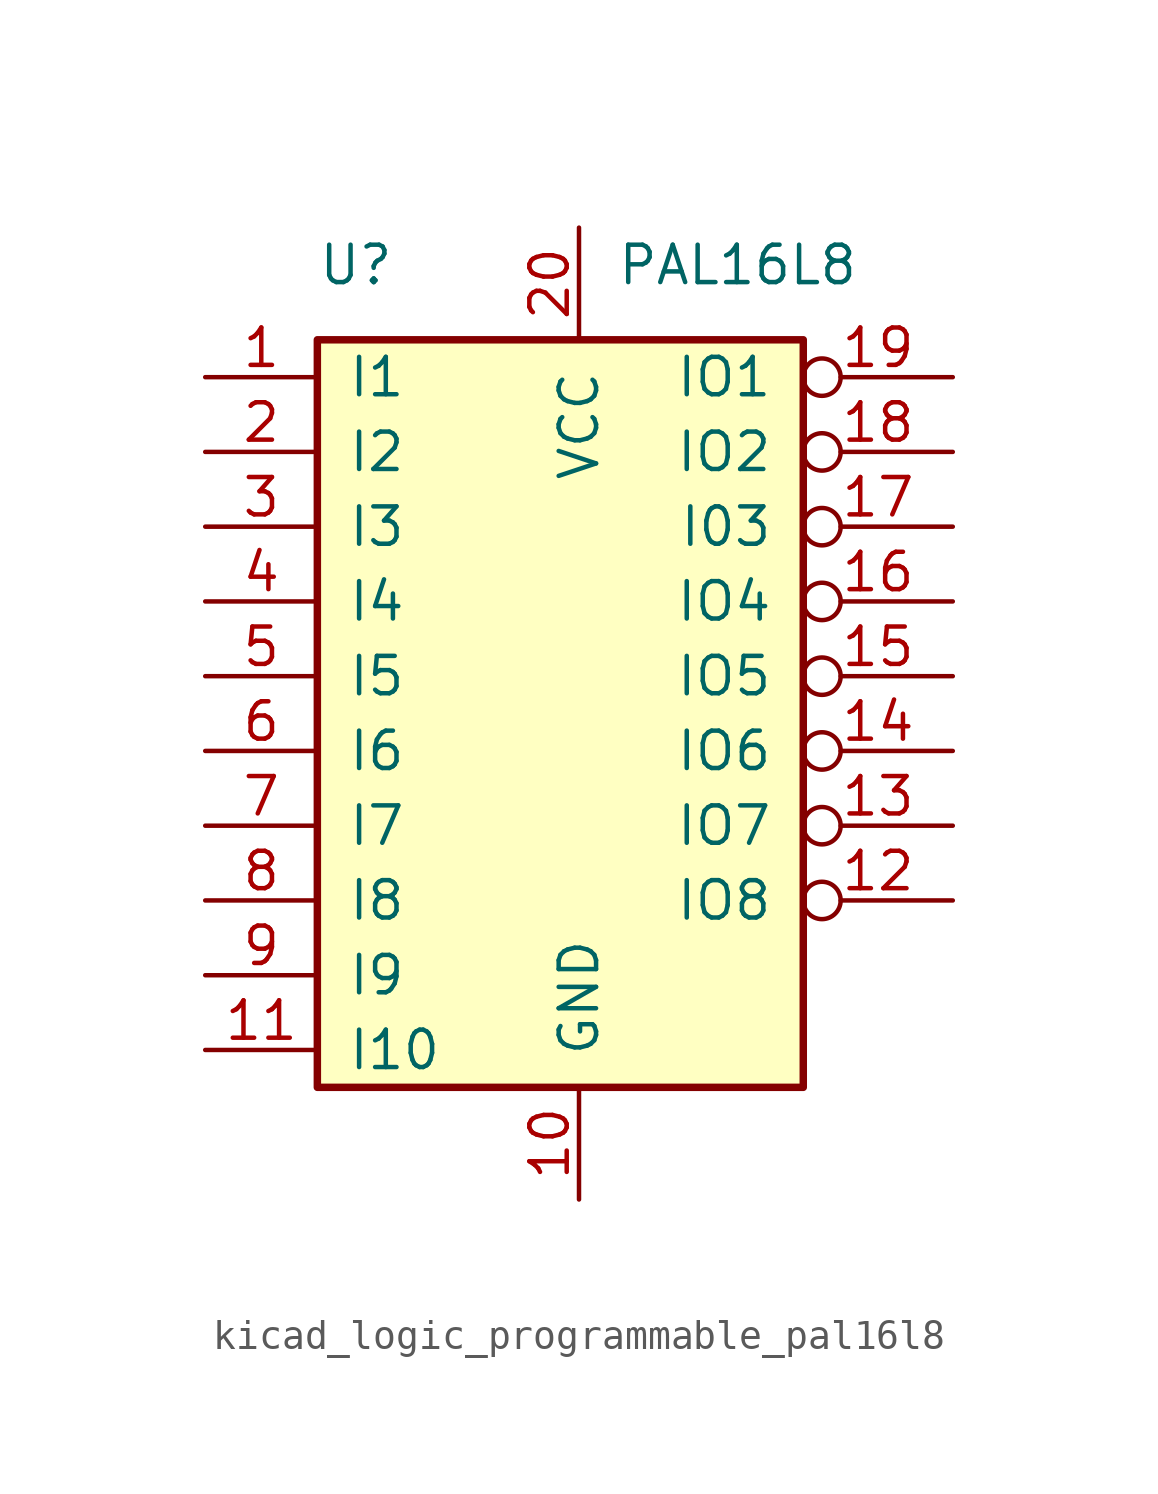
<source format=kicad_sym>
(kicad_symbol_lib
  (version 20220914)
  (generator kicad_symbol_editor)
  (symbol "kicad_logic_programmable_pal16l8"
    (pin_names
      (offset 1.016))
    (property "Reference" "U"
      (at -8.89 16.51 0)
      (effects (font (size 1.27 1.27)) (justify left)))
    (property "Value" "PAL16L8"
      (at 1.27 16.51 0)
      (effects (font (size 1.27 1.27)) (justify left)))
    (symbol "kicad_logic_programmable_pal16l8_0_0"
      (pin power_in line (at 0 -15.24 90) (length 3.81) (name "GND" (effects (font (size 1.27 1.27)))) (number "10" (effects (font (size 1.27 1.27)))))
      (pin power_in line (at 0 17.78 270) (length 3.81) (name "VCC" (effects (font (size 1.27 1.27)))) (number "20" (effects (font (size 1.27 1.27))))))
    (symbol "kicad_logic_programmable_pal16l8_0_1"
      (rectangle (start -8.89 13.97) (end 7.62 -11.43) (stroke (width 0.254) (type default)) (fill (type background))))
    (symbol "kicad_logic_programmable_pal16l8_1_1"
      (pin input line (at -12.7 12.7 0) (length 3.81) (name "I1" (effects (font (size 1.27 1.27)))) (number "1" (effects (font (size 1.27 1.27)))))
      (pin input line (at -12.7 -10.16 0) (length 3.81) (name "I10" (effects (font (size 1.27 1.27)))) (number "11" (effects (font (size 1.27 1.27)))))
      (pin tri_state inverted (at 12.7 -5.08 180) (length 5.08) (name "IO8" (effects (font (size 1.27 1.27)))) (number "12" (effects (font (size 1.27 1.27)))))
      (pin tri_state inverted (at 12.7 -2.54 180) (length 5.08) (name "IO7" (effects (font (size 1.27 1.27)))) (number "13" (effects (font (size 1.27 1.27)))))
      (pin tri_state inverted (at 12.7 0 180) (length 5.08) (name "IO6" (effects (font (size 1.27 1.27)))) (number "14" (effects (font (size 1.27 1.27)))))
      (pin tri_state inverted (at 12.7 2.54 180) (length 5.08) (name "IO5" (effects (font (size 1.27 1.27)))) (number "15" (effects (font (size 1.27 1.27)))))
      (pin tri_state inverted (at 12.7 5.08 180) (length 5.08) (name "IO4" (effects (font (size 1.27 1.27)))) (number "16" (effects (font (size 1.27 1.27)))))
      (pin tri_state inverted (at 12.7 7.62 180) (length 5.08) (name "I03" (effects (font (size 1.27 1.27)))) (number "17" (effects (font (size 1.27 1.27)))))
      (pin tri_state inverted (at 12.7 10.16 180) (length 5.08) (name "IO2" (effects (font (size 1.27 1.27)))) (number "18" (effects (font (size 1.27 1.27)))))
      (pin tri_state inverted (at 12.7 12.7 180) (length 5.08) (name "IO1" (effects (font (size 1.27 1.27)))) (number "19" (effects (font (size 1.27 1.27)))))
      (pin input line (at -12.7 10.16 0) (length 3.81) (name "I2" (effects (font (size 1.27 1.27)))) (number "2" (effects (font (size 1.27 1.27)))))
      (pin input line (at -12.7 7.62 0) (length 3.81) (name "I3" (effects (font (size 1.27 1.27)))) (number "3" (effects (font (size 1.27 1.27)))))
      (pin input line (at -12.7 5.08 0) (length 3.81) (name "I4" (effects (font (size 1.27 1.27)))) (number "4" (effects (font (size 1.27 1.27)))))
      (pin input line (at -12.7 2.54 0) (length 3.81) (name "I5" (effects (font (size 1.27 1.27)))) (number "5" (effects (font (size 1.27 1.27)))))
      (pin input line (at -12.7 0 0) (length 3.81) (name "I6" (effects (font (size 1.27 1.27)))) (number "6" (effects (font (size 1.27 1.27)))))
      (pin input line (at -12.7 -2.54 0) (length 3.81) (name "I7" (effects (font (size 1.27 1.27)))) (number "7" (effects (font (size 1.27 1.27)))))
      (pin input line (at -12.7 -5.08 0) (length 3.81) (name "I8" (effects (font (size 1.27 1.27)))) (number "8" (effects (font (size 1.27 1.27)))))
      (pin input line (at -12.7 -7.62 0) (length 3.81) (name "I9" (effects (font (size 1.27 1.27)))) (number "9" (effects (font (size 1.27 1.27))))))))
</source>
